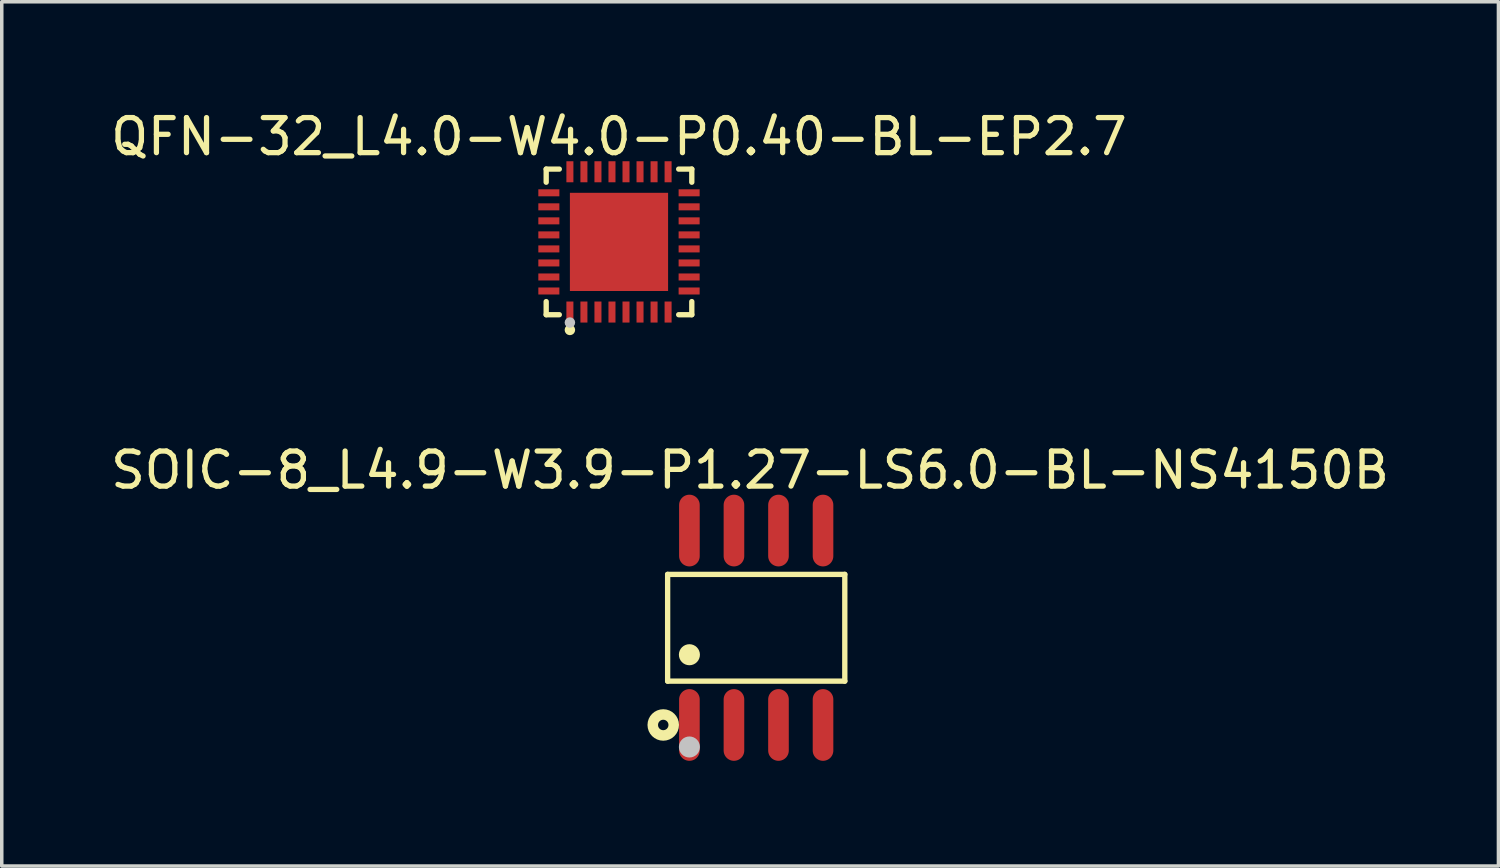
<source format=kicad_pcb>
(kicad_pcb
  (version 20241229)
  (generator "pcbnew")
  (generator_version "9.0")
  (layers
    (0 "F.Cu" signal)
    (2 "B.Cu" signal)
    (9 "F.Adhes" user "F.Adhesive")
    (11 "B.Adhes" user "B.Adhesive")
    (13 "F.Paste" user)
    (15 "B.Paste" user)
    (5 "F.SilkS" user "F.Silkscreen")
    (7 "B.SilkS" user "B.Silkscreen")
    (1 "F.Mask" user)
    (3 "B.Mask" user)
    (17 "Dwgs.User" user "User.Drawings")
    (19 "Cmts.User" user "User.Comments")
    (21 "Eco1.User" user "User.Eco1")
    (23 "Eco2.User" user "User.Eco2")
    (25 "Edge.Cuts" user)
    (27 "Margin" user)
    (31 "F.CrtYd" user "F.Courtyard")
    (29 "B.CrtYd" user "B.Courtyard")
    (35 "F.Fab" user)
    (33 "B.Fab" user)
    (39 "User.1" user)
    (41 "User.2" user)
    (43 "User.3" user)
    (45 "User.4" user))
  (footprint "QFN-32_L4.0-W4.0-P0.40-BL-EP2.7"
    (layer "F.Cu")
    (at 14.601 3.848)
    (property "Reference" "QFN-32_L4.0-W4.0-P0.40-BL-EP2.7" (at 0 -3 0) (layer "F.SilkS") (effects (font (size 1 1) (thickness 0.15))))
    (fp_line (start -2.076 -2.076) (end -1.702 -2.076) (stroke (width 0.152) (type default)) (layer "F.SilkS"))
    (fp_line (start -2.076 -1.702) (end -2.076 -2.076) (stroke (width 0.152) (type default)) (layer "F.SilkS"))
    (fp_line (start -2.076 1.702) (end -2.076 2.076) (stroke (width 0.152) (type default)) (layer "F.SilkS"))
    (fp_line (start -2.076 2.076) (end -1.702 2.076) (stroke (width 0.152) (type default)) (layer "F.SilkS"))
    (fp_line (start 2.076 -2.076) (end 1.702 -2.076) (stroke (width 0.152) (type default)) (layer "F.SilkS"))
    (fp_line (start 2.076 -1.702) (end 2.076 -2.076) (stroke (width 0.152) (type default)) (layer "F.SilkS"))
    (fp_line (start 2.076 1.702) (end 2.076 2.076) (stroke (width 0.152) (type default)) (layer "F.SilkS"))
    (fp_line (start 2.076 2.076) (end 1.702 2.076) (stroke (width 0.152) (type default)) (layer "F.SilkS"))
    (fp_circle (center -1.4 2.51) (end -1.325 2.51) (stroke (width 0.15) (type default)) (fill no) (layer "F.SilkS"))
    (fp_poly (pts (xy -1.7 -1.3) (xy -1.7 -1.5) (xy -2.3 -1.5) (xy -2.3 -1.3)) (stroke (width 0) (type default)) (fill yes) (layer "F.Paste"))
    (fp_poly (pts (xy -1.7 -0.9) (xy -1.7 -1.1) (xy -2.3 -1.1) (xy -2.3 -0.9)) (stroke (width 0) (type default)) (fill yes) (layer "F.Paste"))
    (fp_poly (pts (xy -1.7 -0.5) (xy -1.7 -0.7) (xy -2.3 -0.7) (xy -2.3 -0.5)) (stroke (width 0) (type default)) (fill yes) (layer "F.Paste"))
    (fp_poly (pts (xy -1.7 -0.1) (xy -1.7 -0.3) (xy -2.3 -0.3) (xy -2.3 -0.1)) (stroke (width 0) (type default)) (fill yes) (layer "F.Paste"))
    (fp_poly (pts (xy -1.7 0.3) (xy -1.7 0.1) (xy -2.3 0.1) (xy -2.3 0.3)) (stroke (width 0) (type default)) (fill yes) (layer "F.Paste"))
    (fp_poly (pts (xy -1.7 0.7) (xy -1.7 0.5) (xy -2.3 0.5) (xy -2.3 0.7)) (stroke (width 0) (type default)) (fill yes) (layer "F.Paste"))
    (fp_poly (pts (xy -1.7 1.1) (xy -1.7 0.9) (xy -2.3 0.9) (xy -2.3 1.1)) (stroke (width 0) (type default)) (fill yes) (layer "F.Paste"))
    (fp_poly (pts (xy -1.7 1.5) (xy -1.7 1.3) (xy -2.3 1.3) (xy -2.3 1.5)) (stroke (width 0) (type default)) (fill yes) (layer "F.Paste"))
    (fp_poly (pts (xy -1.3 -2.3) (xy -1.5 -2.3) (xy -1.5 -1.7) (xy -1.3 -1.7)) (stroke (width 0) (type default)) (fill yes) (layer "F.Paste"))
    (fp_poly (pts (xy -1.3 1.7) (xy -1.5 1.7) (xy -1.5 2.3) (xy -1.3 2.3)) (stroke (width 0) (type default)) (fill yes) (layer "F.Paste"))
    (fp_poly (pts (xy -1.12 1.12) (xy -1.12 -1.12) (xy 1.12 -1.12) (xy 1.12 1.12)) (stroke (width 0) (type default)) (fill yes) (layer "F.Paste"))
    (fp_poly (pts (xy -0.9 -2.3) (xy -1.1 -2.3) (xy -1.1 -1.7) (xy -0.9 -1.7)) (stroke (width 0) (type default)) (fill yes) (layer "F.Paste"))
    (fp_poly (pts (xy -0.9 1.7) (xy -1.1 1.7) (xy -1.1 2.3) (xy -0.9 2.3)) (stroke (width 0) (type default)) (fill yes) (layer "F.Paste"))
    (fp_poly (pts (xy -0.5 -2.3) (xy -0.7 -2.3) (xy -0.7 -1.7) (xy -0.5 -1.7)) (stroke (width 0) (type default)) (fill yes) (layer "F.Paste"))
    (fp_poly (pts (xy -0.5 1.7) (xy -0.7 1.7) (xy -0.7 2.3) (xy -0.5 2.3)) (stroke (width 0) (type default)) (fill yes) (layer "F.Paste"))
    (fp_poly (pts (xy -0.1 -2.3) (xy -0.3 -2.3) (xy -0.3 -1.7) (xy -0.1 -1.7)) (stroke (width 0) (type default)) (fill yes) (layer "F.Paste"))
    (fp_poly (pts (xy -0.1 1.7) (xy -0.3 1.7) (xy -0.3 2.3) (xy -0.1 2.3)) (stroke (width 0) (type default)) (fill yes) (layer "F.Paste"))
    (fp_poly (pts (xy 0.3 -2.3) (xy 0.1 -2.3) (xy 0.1 -1.7) (xy 0.3 -1.7)) (stroke (width 0) (type default)) (fill yes) (layer "F.Paste"))
    (fp_poly (pts (xy 0.3 1.7) (xy 0.1 1.7) (xy 0.1 2.3) (xy 0.3 2.3)) (stroke (width 0) (type default)) (fill yes) (layer "F.Paste"))
    (fp_poly (pts (xy 0.7 -2.3) (xy 0.5 -2.3) (xy 0.5 -1.7) (xy 0.7 -1.7)) (stroke (width 0) (type default)) (fill yes) (layer "F.Paste"))
    (fp_poly (pts (xy 0.7 1.7) (xy 0.5 1.7) (xy 0.5 2.3) (xy 0.7 2.3)) (stroke (width 0) (type default)) (fill yes) (layer "F.Paste"))
    (fp_poly (pts (xy 1.1 -2.3) (xy 0.9 -2.3) (xy 0.9 -1.7) (xy 1.1 -1.7)) (stroke (width 0) (type default)) (fill yes) (layer "F.Paste"))
    (fp_poly (pts (xy 1.1 1.7) (xy 0.9 1.7) (xy 0.9 2.3) (xy 1.1 2.3)) (stroke (width 0) (type default)) (fill yes) (layer "F.Paste"))
    (fp_poly (pts (xy 1.5 -2.3) (xy 1.3 -2.3) (xy 1.3 -1.7) (xy 1.5 -1.7)) (stroke (width 0) (type default)) (fill yes) (layer "F.Paste"))
    (fp_poly (pts (xy 1.5 1.7) (xy 1.3 1.7) (xy 1.3 2.3) (xy 1.5 2.3)) (stroke (width 0) (type default)) (fill yes) (layer "F.Paste"))
    (fp_poly (pts (xy 2.3 -1.3) (xy 2.3 -1.5) (xy 1.7 -1.5) (xy 1.7 -1.3)) (stroke (width 0) (type default)) (fill yes) (layer "F.Paste"))
    (fp_poly (pts (xy 2.3 -0.9) (xy 2.3 -1.1) (xy 1.7 -1.1) (xy 1.7 -0.9)) (stroke (width 0) (type default)) (fill yes) (layer "F.Paste"))
    (fp_poly (pts (xy 2.3 -0.5) (xy 2.3 -0.7) (xy 1.7 -0.7) (xy 1.7 -0.5)) (stroke (width 0) (type default)) (fill yes) (layer "F.Paste"))
    (fp_poly (pts (xy 2.3 -0.1) (xy 2.3 -0.3) (xy 1.7 -0.3) (xy 1.7 -0.1)) (stroke (width 0) (type default)) (fill yes) (layer "F.Paste"))
    (fp_poly (pts (xy 2.3 0.3) (xy 2.3 0.1) (xy 1.7 0.1) (xy 1.7 0.3)) (stroke (width 0) (type default)) (fill yes) (layer "F.Paste"))
    (fp_poly (pts (xy 2.3 0.7) (xy 2.3 0.5) (xy 1.7 0.5) (xy 1.7 0.7)) (stroke (width 0) (type default)) (fill yes) (layer "F.Paste"))
    (fp_poly (pts (xy 2.3 1.1) (xy 2.3 0.9) (xy 1.7 0.9) (xy 1.7 1.1)) (stroke (width 0) (type default)) (fill yes) (layer "F.Paste"))
    (fp_poly (pts (xy 2.3 1.5) (xy 2.3 1.3) (xy 1.7 1.3) (xy 1.7 1.5)) (stroke (width 0) (type default)) (fill yes) (layer "F.Paste"))
    (fp_circle (center -1.4 2.3) (end -1.325 2.3) (stroke (width 0.15) (type default)) (fill no) (layer "Dwgs.User"))
    (fp_poly (pts (xy -2 -1.3) (xy -2 -1.5) (xy -1.7 -1.5) (xy -1.7 -1.3)) (stroke (width 0.1) (type default)) (fill no) (layer "User.1"))
    (fp_poly (pts (xy -2 -0.9) (xy -2 -1.1) (xy -1.7 -1.1) (xy -1.7 -0.9)) (stroke (width 0.1) (type default)) (fill no) (layer "User.1"))
    (fp_poly (pts (xy -2 -0.5) (xy -2 -0.7) (xy -1.7 -0.7) (xy -1.7 -0.5)) (stroke (width 0.1) (type default)) (fill no) (layer "User.1"))
    (fp_poly (pts (xy -2 -0.1) (xy -2 -0.3) (xy -1.7 -0.3) (xy -1.7 -0.1)) (stroke (width 0.1) (type default)) (fill no) (layer "User.1"))
    (fp_poly (pts (xy -2 0.3) (xy -2 0.1) (xy -1.7 0.1) (xy -1.7 0.3)) (stroke (width 0.1) (type default)) (fill no) (layer "User.1"))
    (fp_poly (pts (xy -2 0.7) (xy -2 0.5) (xy -1.7 0.5) (xy -1.7 0.7)) (stroke (width 0.1) (type default)) (fill no) (layer "User.1"))
    (fp_poly (pts (xy -2 1.1) (xy -2 0.9) (xy -1.7 0.9) (xy -1.7 1.1)) (stroke (width 0.1) (type default)) (fill no) (layer "User.1"))
    (fp_poly (pts (xy -2 1.5) (xy -2 1.3) (xy -1.7 1.3) (xy -1.7 1.5)) (stroke (width 0.1) (type default)) (fill no) (layer "User.1"))
    (fp_poly (pts (xy -1.5 -1.7) (xy -1.5 -2) (xy -1.3 -2) (xy -1.3 -1.7)) (stroke (width 0.1) (type default)) (fill no) (layer "User.1"))
    (fp_poly (pts (xy -1.5 2) (xy -1.5 1.7) (xy -1.3 1.7) (xy -1.3 2)) (stroke (width 0.1) (type default)) (fill no) (layer "User.1"))
    (fp_poly (pts (xy -1.4 1.4) (xy -1.4 -1.4) (xy 1.4 -1.4) (xy 1.4 1.4)) (stroke (width 0.1) (type default)) (fill no) (layer "User.1"))
    (fp_poly (pts (xy -1.1 -1.7) (xy -1.1 -2) (xy -0.9 -2) (xy -0.9 -1.7)) (stroke (width 0.1) (type default)) (fill no) (layer "User.1"))
    (fp_poly (pts (xy -1.1 2) (xy -1.1 1.7) (xy -0.9 1.7) (xy -0.9 2)) (stroke (width 0.1) (type default)) (fill no) (layer "User.1"))
    (fp_poly (pts (xy -0.7 -1.7) (xy -0.7 -2) (xy -0.5 -2) (xy -0.5 -1.7)) (stroke (width 0.1) (type default)) (fill no) (layer "User.1"))
    (fp_poly (pts (xy -0.7 2) (xy -0.7 1.7) (xy -0.5 1.7) (xy -0.5 2)) (stroke (width 0.1) (type default)) (fill no) (layer "User.1"))
    (fp_poly (pts (xy -0.3 -1.7) (xy -0.3 -2) (xy -0.1 -2) (xy -0.1 -1.7)) (stroke (width 0.1) (type default)) (fill no) (layer "User.1"))
    (fp_poly (pts (xy -0.3 2) (xy -0.3 1.7) (xy -0.1 1.7) (xy -0.1 2)) (stroke (width 0.1) (type default)) (fill no) (layer "User.1"))
    (fp_poly (pts (xy 0.1 -1.7) (xy 0.1 -2) (xy 0.3 -2) (xy 0.3 -1.7)) (stroke (width 0.1) (type default)) (fill no) (layer "User.1"))
    (fp_poly (pts (xy 0.1 2) (xy 0.1 1.7) (xy 0.3 1.7) (xy 0.3 2)) (stroke (width 0.1) (type default)) (fill no) (layer "User.1"))
    (fp_poly (pts (xy 0.5 -1.7) (xy 0.5 -2) (xy 0.7 -2) (xy 0.7 -1.7)) (stroke (width 0.1) (type default)) (fill no) (layer "User.1"))
    (fp_poly (pts (xy 0.5 2) (xy 0.5 1.7) (xy 0.7 1.7) (xy 0.7 2)) (stroke (width 0.1) (type default)) (fill no) (layer "User.1"))
    (fp_poly (pts (xy 0.9 -1.7) (xy 0.9 -2) (xy 1.1 -2) (xy 1.1 -1.7)) (stroke (width 0.1) (type default)) (fill no) (layer "User.1"))
    (fp_poly (pts (xy 0.9 2) (xy 0.9 1.7) (xy 1.1 1.7) (xy 1.1 2)) (stroke (width 0.1) (type default)) (fill no) (layer "User.1"))
    (fp_poly (pts (xy 1.3 -1.7) (xy 1.3 -2) (xy 1.5 -2) (xy 1.5 -1.7)) (stroke (width 0.1) (type default)) (fill no) (layer "User.1"))
    (fp_poly (pts (xy 1.3 2) (xy 1.3 1.7) (xy 1.5 1.7) (xy 1.5 2)) (stroke (width 0.1) (type default)) (fill no) (layer "User.1"))
    (fp_poly (pts (xy 1.7 -1.3) (xy 1.7 -1.5) (xy 2 -1.5) (xy 2 -1.3)) (stroke (width 0.1) (type default)) (fill no) (layer "User.1"))
    (fp_poly (pts (xy 1.7 -0.9) (xy 1.7 -1.1) (xy 2 -1.1) (xy 2 -0.9)) (stroke (width 0.1) (type default)) (fill no) (layer "User.1"))
    (fp_poly (pts (xy 1.7 -0.5) (xy 1.7 -0.7) (xy 2 -0.7) (xy 2 -0.5)) (stroke (width 0.1) (type default)) (fill no) (layer "User.1"))
    (fp_poly (pts (xy 1.7 -0.1) (xy 1.7 -0.3) (xy 2 -0.3) (xy 2 -0.1)) (stroke (width 0.1) (type default)) (fill no) (layer "User.1"))
    (fp_poly (pts (xy 1.7 0.3) (xy 1.7 0.1) (xy 2 0.1) (xy 2 0.3)) (stroke (width 0.1) (type default)) (fill no) (layer "User.1"))
    (fp_poly (pts (xy 1.7 0.7) (xy 1.7 0.5) (xy 2 0.5) (xy 2 0.7)) (stroke (width 0.1) (type default)) (fill no) (layer "User.1"))
    (fp_poly (pts (xy 1.7 1.1) (xy 1.7 0.9) (xy 2 0.9) (xy 2 1.1)) (stroke (width 0.1) (type default)) (fill no) (layer "User.1"))
    (fp_poly (pts (xy 1.7 1.5) (xy 1.7 1.3) (xy 2 1.3) (xy 2 1.5)) (stroke (width 0.1) (type default)) (fill no) (layer "User.1"))
    (fp_line (start -2 -2) (end 2 -2) (stroke (width 0.051) (type default)) (layer "User.2"))
    (fp_line (start -2 2) (end -2 -2) (stroke (width 0.051) (type default)) (layer "User.2"))
    (fp_line (start 2 -2) (end 2 2) (stroke (width 0.051) (type default)) (layer "User.2"))
    (fp_line (start 2 2) (end -2 2) (stroke (width 0.051) (type default)) (layer "User.2"))
    (fp_poly (pts (xy -1.945 1.977) (xy -1.977 1.945) (xy -2.023 1.945) (xy -2.055 1.977) (xy -2.055 2.023) (xy -2.023 2.055) (xy -1.977 2.055) (xy -1.945 2.023)) (stroke (width 0.1) (type default)) (fill no) (layer "User.3"))
    (pad "1" smd rect (at -1.4 2) (size 0.2 0.6) (layers "F.Cu" "F.Mask" "F.Paste"))
    (pad "2" smd rect (at -1 2) (size 0.2 0.6) (layers "F.Cu" "F.Mask" "F.Paste"))
    (pad "3" smd rect (at -0.6 2) (size 0.2 0.6) (layers "F.Cu" "F.Mask" "F.Paste"))
    (pad "4" smd rect (at -0.2 2) (size 0.2 0.6) (layers "F.Cu" "F.Mask" "F.Paste"))
    (pad "5" smd rect (at 0.2 2) (size 0.2 0.6) (layers "F.Cu" "F.Mask" "F.Paste"))
    (pad "6" smd rect (at 0.6 2) (size 0.2 0.6) (layers "F.Cu" "F.Mask" "F.Paste"))
    (pad "7" smd rect (at 1 2) (size 0.2 0.6) (layers "F.Cu" "F.Mask" "F.Paste"))
    (pad "8" smd rect (at 1.4 2) (size 0.2 0.6) (layers "F.Cu" "F.Mask" "F.Paste"))
    (pad "9" smd rect (at 2 1.4) (size 0.6 0.2) (layers "F.Cu" "F.Mask" "F.Paste"))
    (pad "10" smd rect (at 2 1) (size 0.6 0.2) (layers "F.Cu" "F.Mask" "F.Paste"))
    (pad "11" smd rect (at 2 0.6) (size 0.6 0.2) (layers "F.Cu" "F.Mask" "F.Paste"))
    (pad "12" smd rect (at 2 0.2) (size 0.6 0.2) (layers "F.Cu" "F.Mask" "F.Paste"))
    (pad "13" smd rect (at 2 -0.2) (size 0.6 0.2) (layers "F.Cu" "F.Mask" "F.Paste"))
    (pad "14" smd rect (at 2 -0.6) (size 0.6 0.2) (layers "F.Cu" "F.Mask" "F.Paste"))
    (pad "15" smd rect (at 2 -1) (size 0.6 0.2) (layers "F.Cu" "F.Mask" "F.Paste"))
    (pad "16" smd rect (at 2 -1.4) (size 0.6 0.2) (layers "F.Cu" "F.Mask" "F.Paste"))
    (pad "17" smd rect (at 1.4 -2) (size 0.2 0.6) (layers "F.Cu" "F.Mask" "F.Paste"))
    (pad "18" smd rect (at 1 -2) (size 0.2 0.6) (layers "F.Cu" "F.Mask" "F.Paste"))
    (pad "19" smd rect (at 0.6 -2) (size 0.2 0.6) (layers "F.Cu" "F.Mask" "F.Paste"))
    (pad "20" smd rect (at 0.2 -2) (size 0.2 0.6) (layers "F.Cu" "F.Mask" "F.Paste"))
    (pad "21" smd rect (at -0.2 -2) (size 0.2 0.6) (layers "F.Cu" "F.Mask" "F.Paste"))
    (pad "22" smd rect (at -0.6 -2) (size 0.2 0.6) (layers "F.Cu" "F.Mask" "F.Paste"))
    (pad "23" smd rect (at -1 -2) (size 0.2 0.6) (layers "F.Cu" "F.Mask" "F.Paste"))
    (pad "24" smd rect (at -1.4 -2) (size 0.2 0.6) (layers "F.Cu" "F.Mask" "F.Paste"))
    (pad "25" smd rect (at -2 -1.4) (size 0.6 0.2) (layers "F.Cu" "F.Mask" "F.Paste"))
    (pad "26" smd rect (at -2 -1) (size 0.6 0.2) (layers "F.Cu" "F.Mask" "F.Paste"))
    (pad "27" smd rect (at -2 -0.6) (size 0.6 0.2) (layers "F.Cu" "F.Mask" "F.Paste"))
    (pad "28" smd rect (at -2 -0.2) (size 0.6 0.2) (layers "F.Cu" "F.Mask" "F.Paste"))
    (pad "29" smd rect (at -2 0.2) (size 0.6 0.2) (layers "F.Cu" "F.Mask" "F.Paste"))
    (pad "30" smd rect (at -2 0.6) (size 0.6 0.2) (layers "F.Cu" "F.Mask" "F.Paste"))
    (pad "31" smd rect (at -2 1) (size 0.6 0.2) (layers "F.Cu" "F.Mask" "F.Paste"))
    (pad "32" smd rect (at -2 1.4) (size 0.6 0.2) (layers "F.Cu" "F.Mask" "F.Paste"))
    (pad "33" smd rect (at 0 0) (size 2.8 2.8) (layers "F.Cu" "F.Mask" "F.Paste")))
  (footprint "SOIC-8_L4.9-W3.9-P1.27-LS6.0-BL-NS4150B"
    (layer "F.Cu")
    (at 18.514 14.851)
    (property "Reference" "SOIC-8_L4.9-W3.9-P1.27-LS6.0-BL-NS4150B" (at -0.175 -4.495 0) (layer "F.SilkS") (effects (font (size 1 1) (thickness 0.15))))
    (fp_line (start -2.526 -1.522) (end 2.526 -1.522) (stroke (width 0.152) (type default)) (layer "F.SilkS"))
    (fp_line (start -2.526 1.522) (end -2.526 -1.522) (stroke (width 0.152) (type default)) (layer "F.SilkS"))
    (fp_line (start 2.526 -1.522) (end 2.526 1.522) (stroke (width 0.152) (type default)) (layer "F.SilkS"))
    (fp_line (start 2.526 1.522) (end -2.526 1.522) (stroke (width 0.152) (type default)) (layer "F.SilkS"))
    (fp_circle (center -2.651 2.772) (end -2.502 2.772) (stroke (width 0.3) (type default)) (fill no) (layer "F.SilkS"))
    (fp_circle (center -1.905 0.769) (end -1.755 0.769) (stroke (width 0.3) (type default)) (fill no) (layer "F.SilkS"))
    (fp_circle (center -1.905 3.4) (end -1.755 3.4) (stroke (width 0.3) (type default)) (fill no) (layer "Dwgs.User"))
    (fp_poly (pts (xy -2.115 -3) (xy -2.115 -2.165) (xy -1.695 -2.165) (xy -1.695 -3)) (stroke (width 0.1) (type default)) (fill no) (layer "User.1"))
    (fp_poly (pts (xy -2.115 -2.175) (xy -2.115 -1.94) (xy -1.695 -1.94) (xy -1.695 -2.175)) (stroke (width 0.1) (type default)) (fill no) (layer "User.1"))
    (fp_poly (pts (xy -2.115 2.175) (xy -2.115 1.94) (xy -1.695 1.94) (xy -1.695 2.175)) (stroke (width 0.1) (type default)) (fill no) (layer "User.1"))
    (fp_poly (pts (xy -2.115 3) (xy -2.115 2.165) (xy -1.695 2.165) (xy -1.695 3)) (stroke (width 0.1) (type default)) (fill no) (layer "User.1"))
    (fp_poly (pts (xy -0.845 -3) (xy -0.845 -2.165) (xy -0.425 -2.165) (xy -0.425 -3)) (stroke (width 0.1) (type default)) (fill no) (layer "User.1"))
    (fp_poly (pts (xy -0.845 -2.175) (xy -0.845 -1.94) (xy -0.425 -1.94) (xy -0.425 -2.175)) (stroke (width 0.1) (type default)) (fill no) (layer "User.1"))
    (fp_poly (pts (xy -0.845 2.175) (xy -0.845 1.94) (xy -0.425 1.94) (xy -0.425 2.175)) (stroke (width 0.1) (type default)) (fill no) (layer "User.1"))
    (fp_poly (pts (xy -0.845 3) (xy -0.845 2.165) (xy -0.425 2.165) (xy -0.425 3)) (stroke (width 0.1) (type default)) (fill no) (layer "User.1"))
    (fp_poly (pts (xy 0.425 -3) (xy 0.425 -2.165) (xy 0.845 -2.165) (xy 0.845 -3)) (stroke (width 0.1) (type default)) (fill no) (layer "User.1"))
    (fp_poly (pts (xy 0.425 -2.175) (xy 0.425 -1.94) (xy 0.845 -1.94) (xy 0.845 -2.175)) (stroke (width 0.1) (type default)) (fill no) (layer "User.1"))
    (fp_poly (pts (xy 0.425 2.175) (xy 0.425 1.94) (xy 0.845 1.94) (xy 0.845 2.175)) (stroke (width 0.1) (type default)) (fill no) (layer "User.1"))
    (fp_poly (pts (xy 0.425 3) (xy 0.425 2.165) (xy 0.845 2.165) (xy 0.845 3)) (stroke (width 0.1) (type default)) (fill no) (layer "User.1"))
    (fp_poly (pts (xy 1.695 -3) (xy 1.695 -2.165) (xy 2.115 -2.165) (xy 2.115 -3)) (stroke (width 0.1) (type default)) (fill no) (layer "User.1"))
    (fp_poly (pts (xy 1.695 -2.175) (xy 1.695 -1.94) (xy 2.115 -1.94) (xy 2.115 -2.175)) (stroke (width 0.1) (type default)) (fill no) (layer "User.1"))
    (fp_poly (pts (xy 1.695 2.175) (xy 1.695 1.94) (xy 2.115 1.94) (xy 2.115 2.175)) (stroke (width 0.1) (type default)) (fill no) (layer "User.1"))
    (fp_poly (pts (xy 1.695 3) (xy 1.695 2.165) (xy 2.115 2.165) (xy 2.115 3)) (stroke (width 0.1) (type default)) (fill no) (layer "User.1"))
    (fp_line (start -2.45 -1.95) (end 2.45 -1.95) (stroke (width 0.051) (type default)) (layer "User.2"))
    (fp_line (start -2.45 1.95) (end -2.45 -1.95) (stroke (width 0.051) (type default)) (layer "User.2"))
    (fp_line (start 2.45 -1.95) (end 2.45 1.95) (stroke (width 0.051) (type default)) (layer "User.2"))
    (fp_line (start 2.45 1.95) (end -2.45 1.95) (stroke (width 0.051) (type default)) (layer "User.2"))
    (fp_poly (pts (xy -2.395 2.977) (xy -2.427 2.945) (xy -2.473 2.945) (xy -2.505 2.977) (xy -2.505 3.023) (xy -2.473 3.055) (xy -2.427 3.055) (xy -2.395 3.023)) (stroke (width 0.1) (type default)) (fill no) (layer "User.3"))
    (pad "1" smd oval (at -1.905 2.772) (size 0.588 2.045) (layers "F.Cu" "F.Mask" "F.Paste"))
    (pad "2" smd oval (at -0.635 2.772) (size 0.588 2.045) (layers "F.Cu" "F.Mask" "F.Paste"))
    (pad "3" smd oval (at 0.635 2.772) (size 0.588 2.045) (layers "F.Cu" "F.Mask" "F.Paste"))
    (pad "4" smd oval (at 1.905 2.772) (size 0.588 2.045) (layers "F.Cu" "F.Mask" "F.Paste"))
    (pad "5" smd oval (at 1.905 -2.772) (size 0.588 2.045) (layers "F.Cu" "F.Mask" "F.Paste"))
    (pad "6" smd oval (at 0.635 -2.772) (size 0.588 2.045) (layers "F.Cu" "F.Mask" "F.Paste"))
    (pad "7" smd oval (at -0.635 -2.772) (size 0.588 2.045) (layers "F.Cu" "F.Mask" "F.Paste"))
    (pad "8" smd oval (at -1.905 -2.772) (size 0.588 2.045) (layers "F.Cu" "F.Mask" "F.Paste")))
  (gr_rect
    (start -3 -3)
    (end 39.679 21.646)
    (stroke (width 0.1) (type default))
    (fill no)
    (layer "Edge.Cuts")))
</source>
